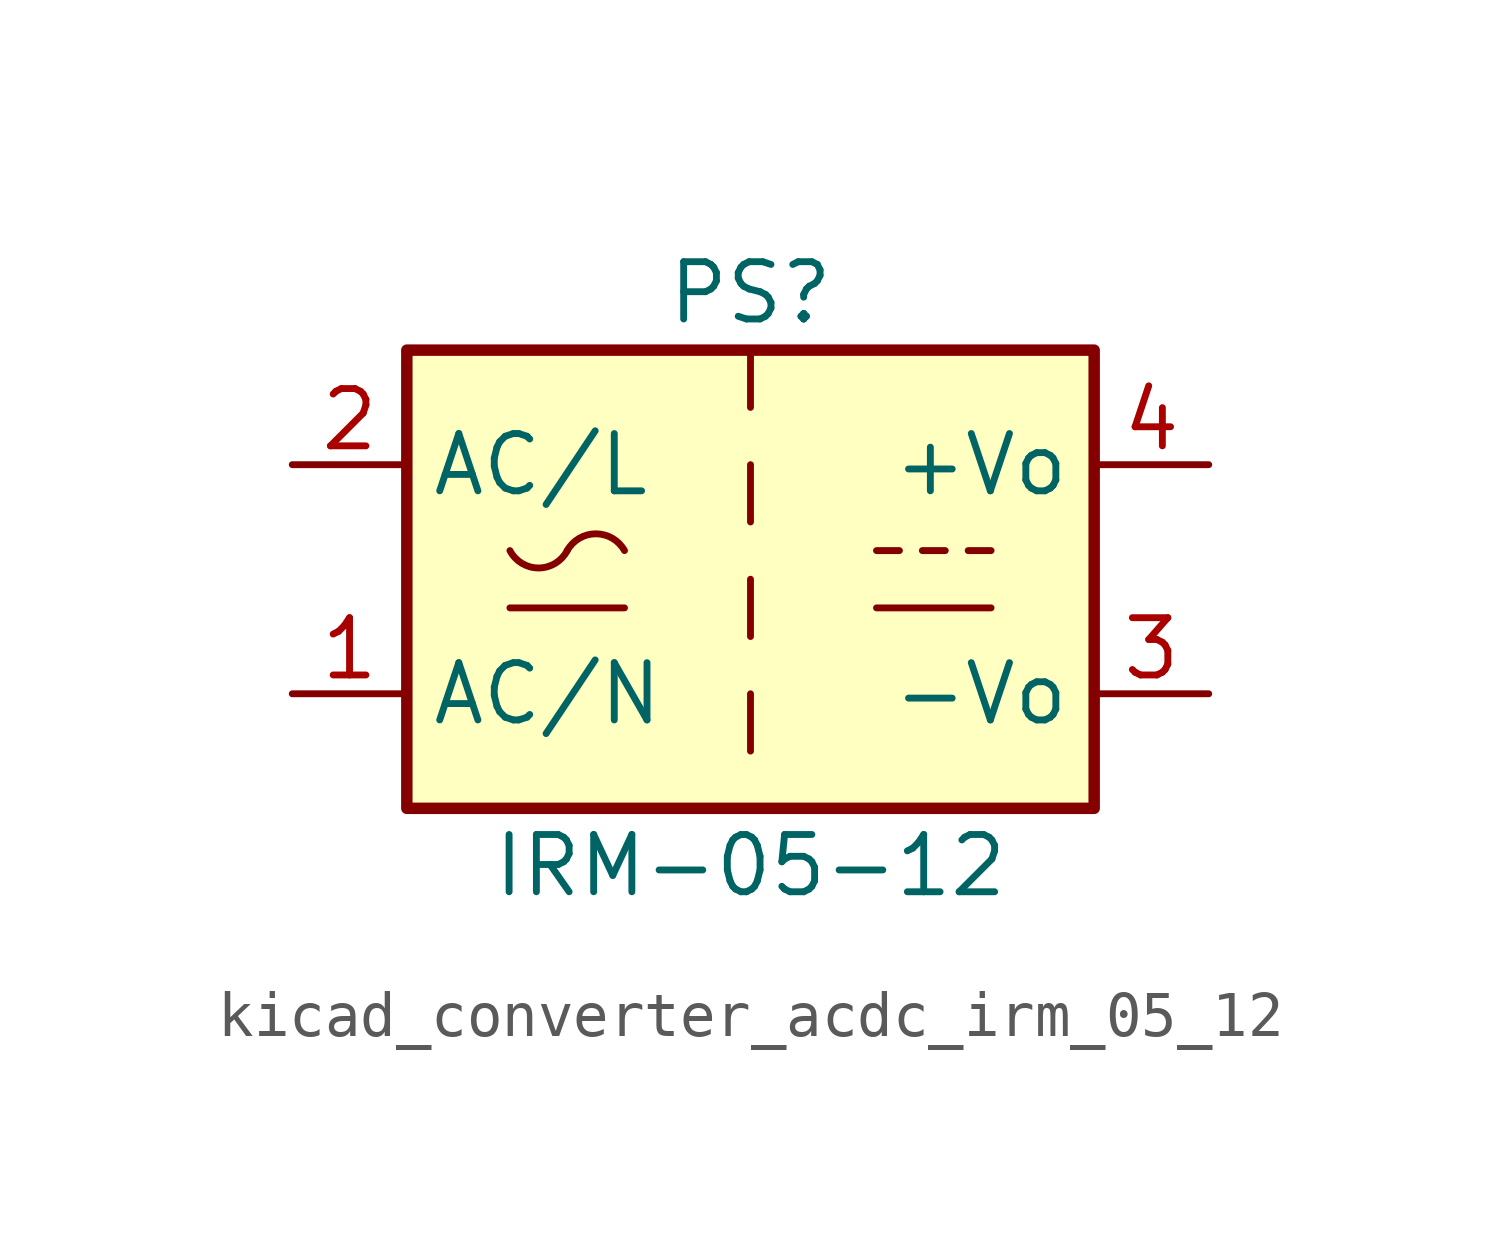
<source format=kicad_sym>
(kicad_symbol_lib
  (version 20220914)
  (generator kicad_symbol_editor)
  (symbol "kicad_converter_acdc_irm_05_12"
    (property "Reference" "PS"
      (at 0 6.35 0)
      (effects (font (size 1.27 1.27))))
    (property "Value" "IRM-05-12"
      (at 0 -6.35 0)
      (effects (font (size 1.27 1.27))))
    (symbol "kicad_converter_acdc_irm_05_12_0_1"
      (rectangle (start -7.62 5.08) (end 7.62 -5.08) (stroke (width 0.254) (type default)) (fill (type background)))
      (arc (start -5.334 0.635) (mid -4.699 0.2495) (end -4.064 0.635) (stroke (width 0) (type default)) (fill (type none)))
      (arc (start -2.794 0.635) (mid -3.429 1.0072) (end -4.064 0.635) (stroke (width 0) (type default)) (fill (type none)))
      (polyline (pts (xy -5.334 -0.635) (xy -2.794 -0.635)) (stroke (width 0) (type default)) (fill (type none)))
      (polyline (pts (xy 0 -2.54) (xy 0 -3.81)) (stroke (width 0) (type default)) (fill (type none)))
      (polyline (pts (xy 0 0) (xy 0 -1.27)) (stroke (width 0) (type default)) (fill (type none)))
      (polyline (pts (xy 0 2.54) (xy 0 1.27)) (stroke (width 0) (type default)) (fill (type none)))
      (polyline (pts (xy 0 5.08) (xy 0 3.81)) (stroke (width 0) (type default)) (fill (type none)))
      (polyline (pts (xy 2.794 -0.635) (xy 5.334 -0.635)) (stroke (width 0) (type default)) (fill (type none)))
      (polyline (pts (xy 2.794 0.635) (xy 3.302 0.635)) (stroke (width 0) (type default)) (fill (type none)))
      (polyline (pts (xy 3.81 0.635) (xy 4.318 0.635)) (stroke (width 0) (type default)) (fill (type none)))
      (polyline (pts (xy 4.826 0.635) (xy 5.334 0.635)) (stroke (width 0) (type default)) (fill (type none))))
    (symbol "kicad_converter_acdc_irm_05_12_1_1"
      (pin power_in line (at -10.16 -2.54 0) (length 2.54) (name "AC/N" (effects (font (size 1.27 1.27)))) (number "1" (effects (font (size 1.27 1.27)))))
      (pin power_in line (at -10.16 2.54 0) (length 2.54) (name "AC/L" (effects (font (size 1.27 1.27)))) (number "2" (effects (font (size 1.27 1.27)))))
      (pin power_out line (at 10.16 -2.54 180) (length 2.54) (name "-Vo" (effects (font (size 1.27 1.27)))) (number "3" (effects (font (size 1.27 1.27)))))
      (pin power_out line (at 10.16 2.54 180) (length 2.54) (name "+Vo" (effects (font (size 1.27 1.27)))) (number "4" (effects (font (size 1.27 1.27))))))))
</source>
